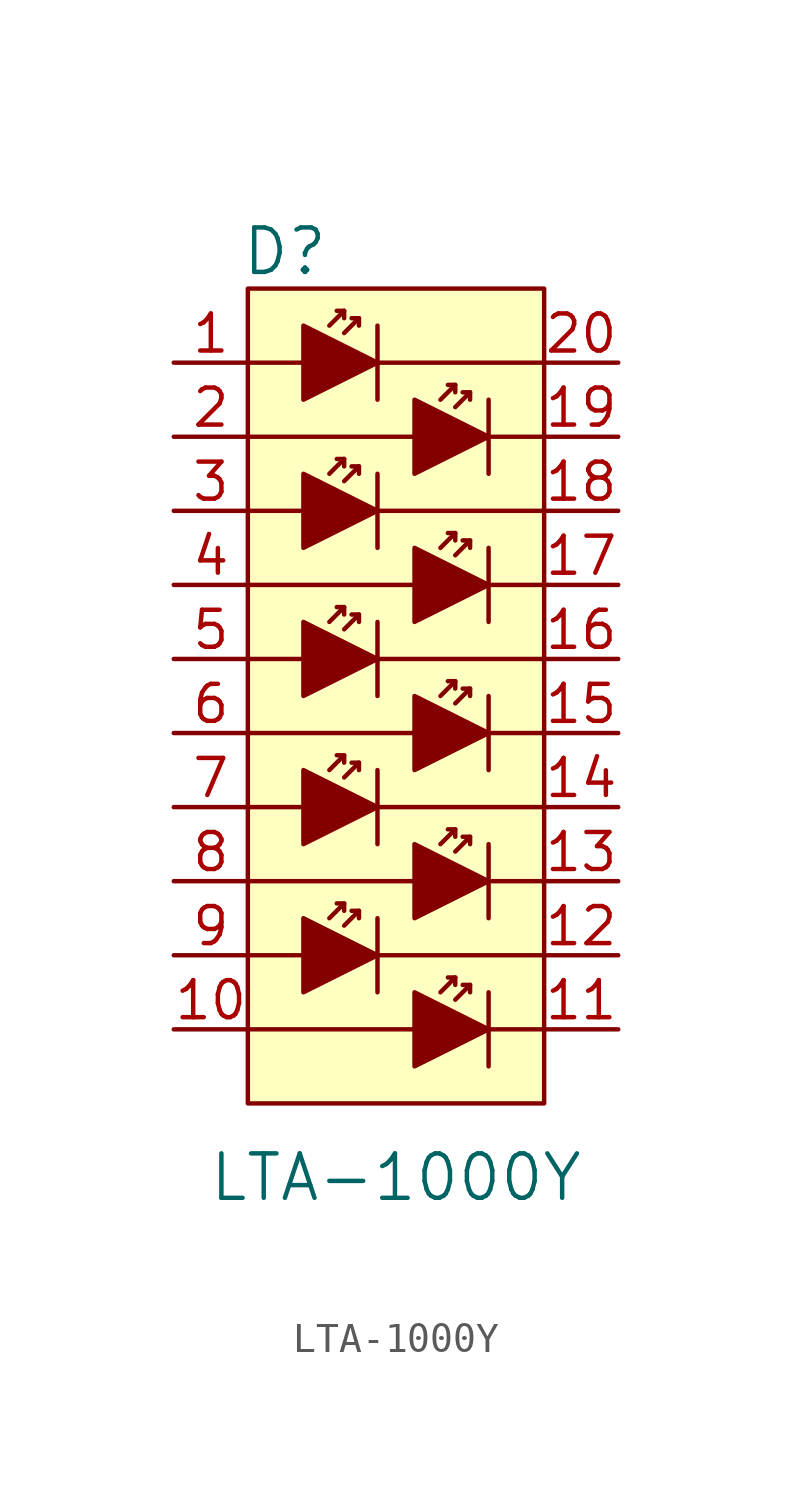
<source format=kicad_sym>
(kicad_symbol_lib
  (version 20231120)
  (generator "kicad_symbol_editor")
  (generator_version "8.0")
  (symbol "LTA-1000Y"
    (pin_names
      (offset 0))
    (property "Reference" "D"
      (at -3.81 3.81 0)
      (effects (font (size 1.524 1.524))))
    (property "Value" "LTA-1000Y"
      (at 0 -27.94 0)
      (effects (font (size 1.524 1.524))))
    (symbol "LTA-1000Y_0_1"
      (rectangle (start -5.08 2.54) (end 5.08 -25.4) (stroke (width 0) (type default)) (fill (type background)))
      (polyline (pts (xy -5.08 -20.32) (xy -3.175 -20.32)) (stroke (width 0) (type default)) (fill (type none)))
      (polyline (pts (xy -5.08 -15.24) (xy -3.175 -15.24)) (stroke (width 0) (type default)) (fill (type none)))
      (polyline (pts (xy -5.08 -10.16) (xy -3.175 -10.16)) (stroke (width 0) (type default)) (fill (type none)))
      (polyline (pts (xy -5.08 -5.08) (xy -3.175 -5.08)) (stroke (width 0) (type default)) (fill (type none)))
      (polyline (pts (xy -3.175 0) (xy -5.08 0)) (stroke (width 0) (type default)) (fill (type none)))
      (polyline (pts (xy -1.778 -18.542) (xy -2.286 -19.05)) (stroke (width 0) (type default)) (fill (type none)))
      (polyline (pts (xy -1.778 -13.462) (xy -2.286 -13.97)) (stroke (width 0) (type default)) (fill (type none)))
      (polyline (pts (xy -1.778 -8.382) (xy -2.286 -8.89)) (stroke (width 0) (type default)) (fill (type none)))
      (polyline (pts (xy -1.778 -3.302) (xy -2.286 -3.81)) (stroke (width 0) (type default)) (fill (type none)))
      (polyline (pts (xy -1.778 1.778) (xy -2.286 1.27)) (stroke (width 0) (type default)) (fill (type none)))
      (polyline (pts (xy -1.27 -18.796) (xy -1.778 -19.304)) (stroke (width 0) (type default)) (fill (type none)))
      (polyline (pts (xy -1.27 -13.716) (xy -1.778 -14.224)) (stroke (width 0) (type default)) (fill (type none)))
      (polyline (pts (xy -1.27 -8.636) (xy -1.778 -9.144)) (stroke (width 0) (type default)) (fill (type none)))
      (polyline (pts (xy -1.27 -3.556) (xy -1.778 -4.064)) (stroke (width 0) (type default)) (fill (type none)))
      (polyline (pts (xy -1.27 1.524) (xy -1.778 1.016)) (stroke (width 0) (type default)) (fill (type none)))
      (polyline (pts (xy -0.635 -21.59) (xy -0.635 -19.05)) (stroke (width 0) (type default)) (fill (type none)))
      (polyline (pts (xy -0.635 -20.32) (xy 5.08 -20.32)) (stroke (width 0) (type default)) (fill (type none)))
      (polyline (pts (xy -0.635 -16.51) (xy -0.635 -13.97)) (stroke (width 0) (type default)) (fill (type none)))
      (polyline (pts (xy -0.635 -15.24) (xy 5.08 -15.24)) (stroke (width 0) (type default)) (fill (type none)))
      (polyline (pts (xy -0.635 -10.16) (xy 5.08 -10.16)) (stroke (width 0) (type default)) (fill (type none)))
      (polyline (pts (xy -0.635 -8.89) (xy -0.635 -11.43)) (stroke (width 0) (type default)) (fill (type none)))
      (polyline (pts (xy -0.635 -5.08) (xy 5.08 -5.08)) (stroke (width 0) (type default)) (fill (type none)))
      (polyline (pts (xy -0.635 -3.81) (xy -0.635 -6.35)) (stroke (width 0) (type default)) (fill (type none)))
      (polyline (pts (xy -0.635 0) (xy 5.08 0)) (stroke (width 0) (type default)) (fill (type none)))
      (polyline (pts (xy -0.635 1.27) (xy -0.635 -1.27)) (stroke (width 0) (type default)) (fill (type none)))
      (polyline (pts (xy 0.635 -22.86) (xy -5.08 -22.86)) (stroke (width 0) (type default)) (fill (type none)))
      (polyline (pts (xy 0.635 -17.78) (xy -5.08 -17.78)) (stroke (width 0) (type default)) (fill (type none)))
      (polyline (pts (xy 0.635 -12.7) (xy -5.08 -12.7)) (stroke (width 0) (type default)) (fill (type none)))
      (polyline (pts (xy 0.635 -7.62) (xy -5.08 -7.62)) (stroke (width 0) (type default)) (fill (type none)))
      (polyline (pts (xy 0.635 -2.54) (xy -5.08 -2.54)) (stroke (width 0) (type default)) (fill (type none)))
      (polyline (pts (xy 2.032 -21.082) (xy 1.524 -21.59)) (stroke (width 0) (type default)) (fill (type none)))
      (polyline (pts (xy 2.032 -16.002) (xy 1.524 -16.51)) (stroke (width 0) (type default)) (fill (type none)))
      (polyline (pts (xy 2.032 -10.922) (xy 1.524 -11.43)) (stroke (width 0) (type default)) (fill (type none)))
      (polyline (pts (xy 2.032 -5.842) (xy 1.524 -6.35)) (stroke (width 0) (type default)) (fill (type none)))
      (polyline (pts (xy 2.032 -0.762) (xy 1.524 -1.27)) (stroke (width 0) (type default)) (fill (type none)))
      (polyline (pts (xy 2.54 -21.336) (xy 2.032 -21.844)) (stroke (width 0) (type default)) (fill (type none)))
      (polyline (pts (xy 2.54 -16.256) (xy 2.032 -16.764)) (stroke (width 0) (type default)) (fill (type none)))
      (polyline (pts (xy 2.54 -11.176) (xy 2.032 -11.684)) (stroke (width 0) (type default)) (fill (type none)))
      (polyline (pts (xy 2.54 -6.096) (xy 2.032 -6.604)) (stroke (width 0) (type default)) (fill (type none)))
      (polyline (pts (xy 2.54 -1.016) (xy 2.032 -1.524)) (stroke (width 0) (type default)) (fill (type none)))
      (polyline (pts (xy 3.175 -22.86) (xy 5.08 -22.86)) (stroke (width 0) (type default)) (fill (type none)))
      (polyline (pts (xy 3.175 -21.59) (xy 3.175 -24.13)) (stroke (width 0) (type default)) (fill (type none)))
      (polyline (pts (xy 3.175 -17.78) (xy 5.08 -17.78)) (stroke (width 0) (type default)) (fill (type none)))
      (polyline (pts (xy 3.175 -16.51) (xy 3.175 -19.05)) (stroke (width 0) (type default)) (fill (type none)))
      (polyline (pts (xy 3.175 -12.7) (xy 5.08 -12.7)) (stroke (width 0) (type default)) (fill (type none)))
      (polyline (pts (xy 3.175 -11.43) (xy 3.175 -13.97)) (stroke (width 0) (type default)) (fill (type none)))
      (polyline (pts (xy 3.175 -7.62) (xy 5.08 -7.62)) (stroke (width 0) (type default)) (fill (type none)))
      (polyline (pts (xy 3.175 -6.35) (xy 3.175 -8.89)) (stroke (width 0) (type default)) (fill (type none)))
      (polyline (pts (xy 3.175 -2.54) (xy 5.08 -2.54)) (stroke (width 0) (type default)) (fill (type none)))
      (polyline (pts (xy 3.175 -1.27) (xy 3.175 -3.81)) (stroke (width 0) (type default)) (fill (type none)))
      (polyline (pts (xy -2.032 -18.542) (xy -1.778 -18.542) (xy -1.778 -18.796)) (stroke (width 0) (type default)) (fill (type none)))
      (polyline (pts (xy -2.032 -13.462) (xy -1.778 -13.462) (xy -1.778 -13.716)) (stroke (width 0) (type default)) (fill (type none)))
      (polyline (pts (xy -2.032 -8.382) (xy -1.778 -8.382) (xy -1.778 -8.636)) (stroke (width 0) (type default)) (fill (type none)))
      (polyline (pts (xy -2.032 -3.302) (xy -1.778 -3.302) (xy -1.778 -3.556)) (stroke (width 0) (type default)) (fill (type none)))
      (polyline (pts (xy -2.032 1.778) (xy -1.778 1.778) (xy -1.778 1.524)) (stroke (width 0) (type default)) (fill (type none)))
      (polyline (pts (xy -1.524 -18.796) (xy -1.27 -18.796) (xy -1.27 -19.05)) (stroke (width 0) (type default)) (fill (type none)))
      (polyline (pts (xy -1.524 -13.716) (xy -1.27 -13.716) (xy -1.27 -13.97)) (stroke (width 0) (type default)) (fill (type none)))
      (polyline (pts (xy -1.524 -8.636) (xy -1.27 -8.636) (xy -1.27 -8.89)) (stroke (width 0) (type default)) (fill (type none)))
      (polyline (pts (xy -1.524 -3.556) (xy -1.27 -3.556) (xy -1.27 -3.81)) (stroke (width 0) (type default)) (fill (type none)))
      (polyline (pts (xy -1.524 1.524) (xy -1.27 1.524) (xy -1.27 1.27)) (stroke (width 0) (type default)) (fill (type none)))
      (polyline (pts (xy 1.778 -21.082) (xy 2.032 -21.082) (xy 2.032 -21.336)) (stroke (width 0) (type default)) (fill (type none)))
      (polyline (pts (xy 1.778 -16.002) (xy 2.032 -16.002) (xy 2.032 -16.256)) (stroke (width 0) (type default)) (fill (type none)))
      (polyline (pts (xy 1.778 -10.922) (xy 2.032 -10.922) (xy 2.032 -11.176)) (stroke (width 0) (type default)) (fill (type none)))
      (polyline (pts (xy 1.778 -5.842) (xy 2.032 -5.842) (xy 2.032 -6.096)) (stroke (width 0) (type default)) (fill (type none)))
      (polyline (pts (xy 1.778 -0.762) (xy 2.032 -0.762) (xy 2.032 -1.016)) (stroke (width 0) (type default)) (fill (type none)))
      (polyline (pts (xy 2.286 -21.336) (xy 2.54 -21.336) (xy 2.54 -21.59)) (stroke (width 0) (type default)) (fill (type none)))
      (polyline (pts (xy 2.286 -16.256) (xy 2.54 -16.256) (xy 2.54 -16.51)) (stroke (width 0) (type default)) (fill (type none)))
      (polyline (pts (xy 2.286 -11.176) (xy 2.54 -11.176) (xy 2.54 -11.43)) (stroke (width 0) (type default)) (fill (type none)))
      (polyline (pts (xy 2.286 -6.096) (xy 2.54 -6.096) (xy 2.54 -6.35)) (stroke (width 0) (type default)) (fill (type none)))
      (polyline (pts (xy 2.286 -1.016) (xy 2.54 -1.016) (xy 2.54 -1.27)) (stroke (width 0) (type default)) (fill (type none)))
      (polyline (pts (xy -3.175 -19.05) (xy -3.175 -21.59) (xy -0.635 -20.32) (xy -3.175 -19.05)) (stroke (width 0) (type default)) (fill (type outline)))
      (polyline (pts (xy -3.175 -13.97) (xy -3.175 -16.51) (xy -0.635 -15.24) (xy -3.175 -13.97)) (stroke (width 0) (type default)) (fill (type outline)))
      (polyline (pts (xy -3.175 -8.89) (xy -3.175 -11.43) (xy -0.635 -10.16) (xy -3.175 -8.89)) (stroke (width 0) (type default)) (fill (type outline)))
      (polyline (pts (xy -3.175 -3.81) (xy -3.175 -6.35) (xy -0.635 -5.08) (xy -3.175 -3.81)) (stroke (width 0) (type default)) (fill (type outline)))
      (polyline (pts (xy -3.175 1.27) (xy -3.175 -1.27) (xy -0.635 0) (xy -3.175 1.27)) (stroke (width 0) (type default)) (fill (type outline)))
      (polyline (pts (xy 0.635 -21.59) (xy 0.635 -24.13) (xy 3.175 -22.86) (xy 0.635 -21.59)) (stroke (width 0) (type default)) (fill (type outline)))
      (polyline (pts (xy 0.635 -16.51) (xy 0.635 -19.05) (xy 3.175 -17.78) (xy 0.635 -16.51)) (stroke (width 0) (type default)) (fill (type outline)))
      (polyline (pts (xy 0.635 -11.43) (xy 0.635 -13.97) (xy 3.175 -12.7) (xy 0.635 -11.43)) (stroke (width 0) (type default)) (fill (type outline)))
      (polyline (pts (xy 0.635 -6.35) (xy 0.635 -8.89) (xy 3.175 -7.62) (xy 0.635 -6.35)) (stroke (width 0) (type default)) (fill (type outline)))
      (polyline (pts (xy 0.635 -1.27) (xy 0.635 -3.81) (xy 3.175 -2.54) (xy 0.635 -1.27)) (stroke (width 0) (type default)) (fill (type outline))))
    (symbol "LTA-1000Y_1_1"
      (pin input line (at -7.62 0 0) (length 2.54) (name "~" (effects (font (size 1.27 1.27)))) (number "1" (effects (font (size 1.27 1.27)))))
      (pin input line (at -7.62 -22.86 0) (length 2.54) (name "~" (effects (font (size 1.27 1.27)))) (number "10" (effects (font (size 1.27 1.27)))))
      (pin output line (at 7.62 -22.86 180) (length 2.54) (name "~" (effects (font (size 1.27 1.27)))) (number "11" (effects (font (size 1.27 1.27)))))
      (pin output line (at 7.62 -20.32 180) (length 2.54) (name "~" (effects (font (size 1.27 1.27)))) (number "12" (effects (font (size 1.27 1.27)))))
      (pin output line (at 7.62 -17.78 180) (length 2.54) (name "~" (effects (font (size 1.27 1.27)))) (number "13" (effects (font (size 1.27 1.27)))))
      (pin output line (at 7.62 -15.24 180) (length 2.54) (name "~" (effects (font (size 1.27 1.27)))) (number "14" (effects (font (size 1.27 1.27)))))
      (pin output line (at 7.62 -12.7 180) (length 2.54) (name "~" (effects (font (size 1.27 1.27)))) (number "15" (effects (font (size 1.27 1.27)))))
      (pin output line (at 7.62 -10.16 180) (length 2.54) (name "~" (effects (font (size 1.27 1.27)))) (number "16" (effects (font (size 1.27 1.27)))))
      (pin output line (at 7.62 -7.62 180) (length 2.54) (name "~" (effects (font (size 1.27 1.27)))) (number "17" (effects (font (size 1.27 1.27)))))
      (pin output line (at 7.62 -5.08 180) (length 2.54) (name "~" (effects (font (size 1.27 1.27)))) (number "18" (effects (font (size 1.27 1.27)))))
      (pin output line (at 7.62 -2.54 180) (length 2.54) (name "~" (effects (font (size 1.27 1.27)))) (number "19" (effects (font (size 1.27 1.27)))))
      (pin input line (at -7.62 -2.54 0) (length 2.54) (name "~" (effects (font (size 1.27 1.27)))) (number "2" (effects (font (size 1.27 1.27)))))
      (pin output line (at 7.62 0 180) (length 2.54) (name "~" (effects (font (size 1.27 1.27)))) (number "20" (effects (font (size 1.27 1.27)))))
      (pin input line (at -7.62 -5.08 0) (length 2.54) (name "~" (effects (font (size 1.27 1.27)))) (number "3" (effects (font (size 1.27 1.27)))))
      (pin input line (at -7.62 -7.62 0) (length 2.54) (name "~" (effects (font (size 1.27 1.27)))) (number "4" (effects (font (size 1.27 1.27)))))
      (pin input line (at -7.62 -10.16 0) (length 2.54) (name "~" (effects (font (size 1.27 1.27)))) (number "5" (effects (font (size 1.27 1.27)))))
      (pin input line (at -7.62 -12.7 0) (length 2.54) (name "~" (effects (font (size 1.27 1.27)))) (number "6" (effects (font (size 1.27 1.27)))))
      (pin input line (at -7.62 -15.24 0) (length 2.54) (name "~" (effects (font (size 1.27 1.27)))) (number "7" (effects (font (size 1.27 1.27)))))
      (pin input line (at -7.62 -17.78 0) (length 2.54) (name "~" (effects (font (size 1.27 1.27)))) (number "8" (effects (font (size 1.27 1.27)))))
      (pin input line (at -7.62 -20.32 0) (length 2.54) (name "~" (effects (font (size 1.27 1.27)))) (number "9" (effects (font (size 1.27 1.27))))))))
</source>
